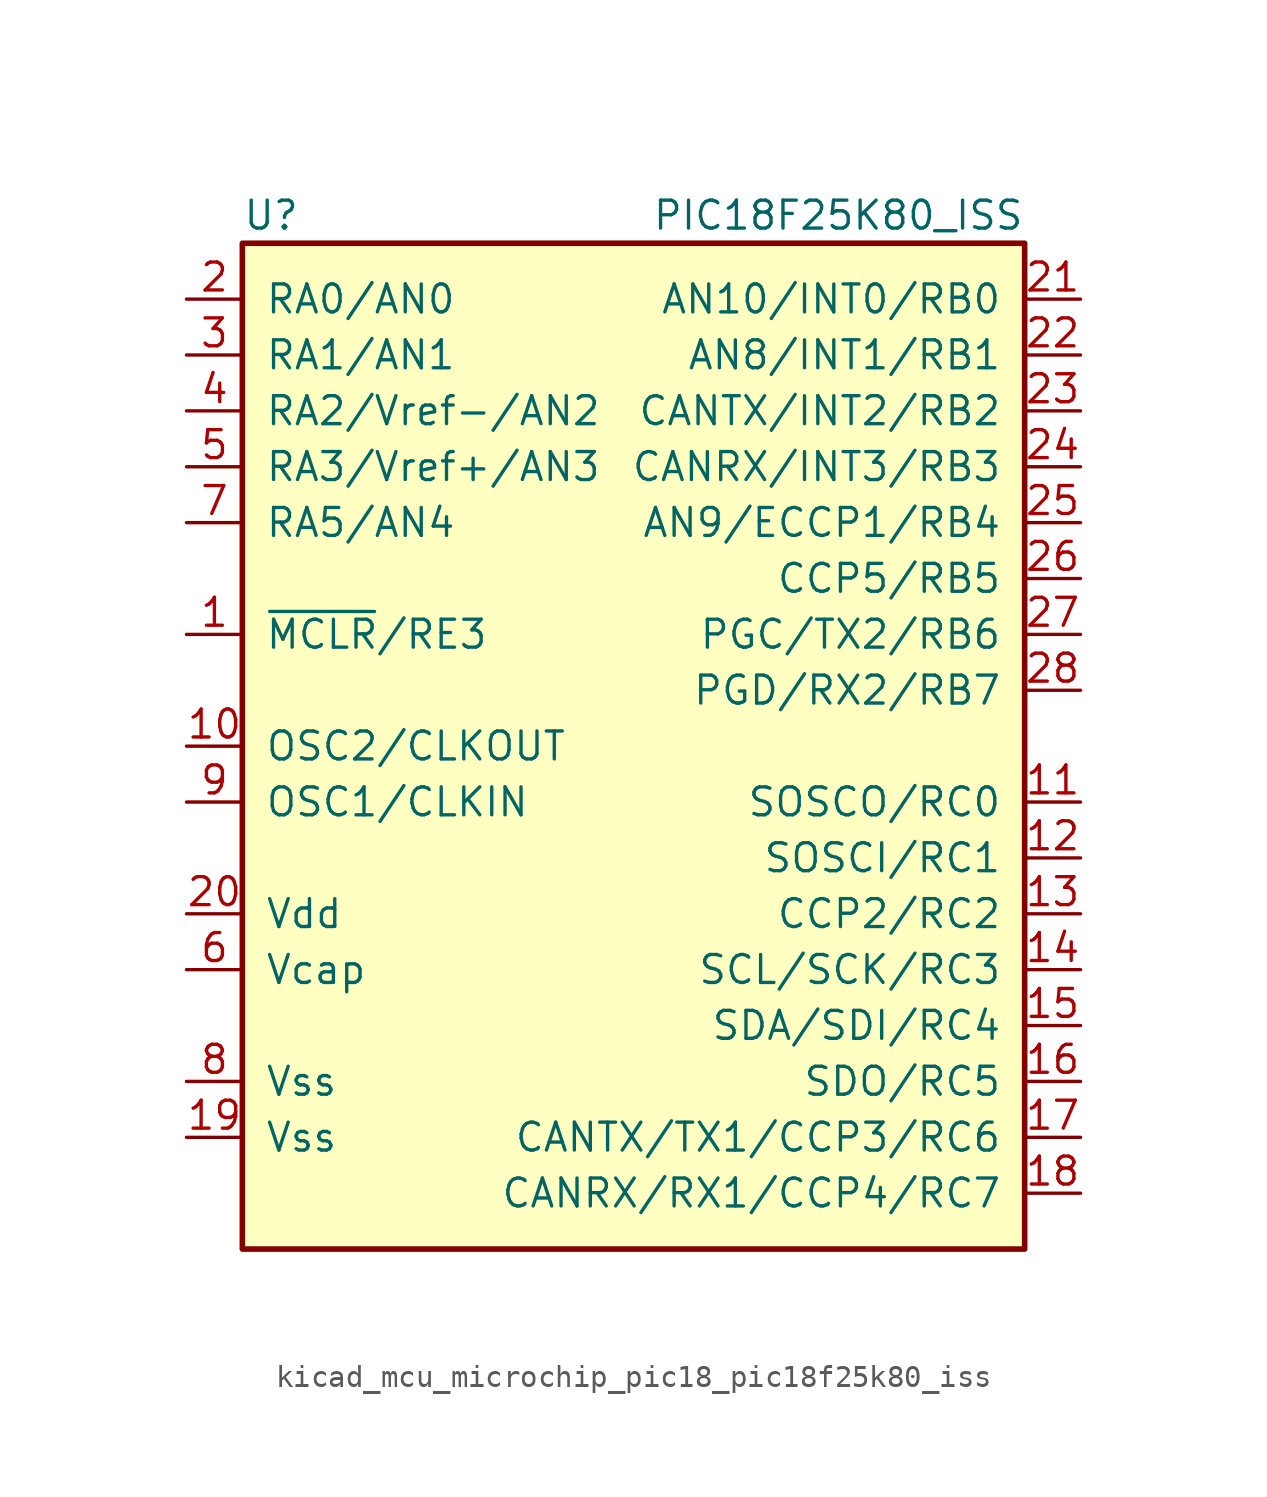
<source format=kicad_sym>
(kicad_symbol_lib
  (version 20220914)
  (generator kicad_symbol_editor)
  (symbol "kicad_mcu_microchip_pic18_pic18f25k80_iss"
    (pin_names
      (offset 1.016))
    (property "Reference" "U"
      (at -17.78 24.13 0)
      (effects (font (size 1.27 1.27)) (justify left)))
    (property "Value" "PIC18F25K80_ISS"
      (at 17.78 24.13 0)
      (effects (font (size 1.27 1.27)) (justify right)))
    (symbol "kicad_mcu_microchip_pic18_pic18f25k80_iss_0_1"
      (rectangle (start -17.78 22.86) (end 17.78 -22.86) (stroke (width 0.254) (type default)) (fill (type background))))
    (symbol "kicad_mcu_microchip_pic18_pic18f25k80_iss_1_1"
      (pin bidirectional line (at -20.32 5.08 0) (length 2.54) (name "~{MCLR}/RE3" (effects (font (size 1.27 1.27)))) (number "1" (effects (font (size 1.27 1.27)))))
      (pin input line (at -20.32 0 0) (length 2.54) (name "OSC2/CLKOUT" (effects (font (size 1.27 1.27)))) (number "10" (effects (font (size 1.27 1.27)))))
      (pin bidirectional line (at 20.32 -2.54 180) (length 2.54) (name "SOSCO/RC0" (effects (font (size 1.27 1.27)))) (number "11" (effects (font (size 1.27 1.27)))))
      (pin bidirectional line (at 20.32 -5.08 180) (length 2.54) (name "SOSCI/RC1" (effects (font (size 1.27 1.27)))) (number "12" (effects (font (size 1.27 1.27)))))
      (pin bidirectional line (at 20.32 -7.62 180) (length 2.54) (name "CCP2/RC2" (effects (font (size 1.27 1.27)))) (number "13" (effects (font (size 1.27 1.27)))))
      (pin bidirectional line (at 20.32 -10.16 180) (length 2.54) (name "SCL/SCK/RC3" (effects (font (size 1.27 1.27)))) (number "14" (effects (font (size 1.27 1.27)))))
      (pin bidirectional line (at 20.32 -12.7 180) (length 2.54) (name "SDA/SDI/RC4" (effects (font (size 1.27 1.27)))) (number "15" (effects (font (size 1.27 1.27)))))
      (pin bidirectional line (at 20.32 -15.24 180) (length 2.54) (name "SDO/RC5" (effects (font (size 1.27 1.27)))) (number "16" (effects (font (size 1.27 1.27)))))
      (pin bidirectional line (at 20.32 -17.78 180) (length 2.54) (name "CANTX/TX1/CCP3/RC6" (effects (font (size 1.27 1.27)))) (number "17" (effects (font (size 1.27 1.27)))))
      (pin bidirectional line (at 20.32 -20.32 180) (length 2.54) (name "CANRX/RX1/CCP4/RC7" (effects (font (size 1.27 1.27)))) (number "18" (effects (font (size 1.27 1.27)))))
      (pin power_in line (at -20.32 -17.78 0) (length 2.54) (name "Vss" (effects (font (size 1.27 1.27)))) (number "19" (effects (font (size 1.27 1.27)))))
      (pin bidirectional line (at -20.32 20.32 0) (length 2.54) (name "RA0/AN0" (effects (font (size 1.27 1.27)))) (number "2" (effects (font (size 1.27 1.27)))))
      (pin power_in line (at -20.32 -7.62 0) (length 2.54) (name "Vdd" (effects (font (size 1.27 1.27)))) (number "20" (effects (font (size 1.27 1.27)))))
      (pin bidirectional line (at 20.32 20.32 180) (length 2.54) (name "AN10/INT0/RB0" (effects (font (size 1.27 1.27)))) (number "21" (effects (font (size 1.27 1.27)))))
      (pin bidirectional line (at 20.32 17.78 180) (length 2.54) (name "AN8/INT1/RB1" (effects (font (size 1.27 1.27)))) (number "22" (effects (font (size 1.27 1.27)))))
      (pin bidirectional line (at 20.32 15.24 180) (length 2.54) (name "CANTX/INT2/RB2" (effects (font (size 1.27 1.27)))) (number "23" (effects (font (size 1.27 1.27)))))
      (pin bidirectional line (at 20.32 12.7 180) (length 2.54) (name "CANRX/INT3/RB3" (effects (font (size 1.27 1.27)))) (number "24" (effects (font (size 1.27 1.27)))))
      (pin bidirectional line (at 20.32 10.16 180) (length 2.54) (name "AN9/ECCP1/RB4" (effects (font (size 1.27 1.27)))) (number "25" (effects (font (size 1.27 1.27)))))
      (pin bidirectional line (at 20.32 7.62 180) (length 2.54) (name "CCP5/RB5" (effects (font (size 1.27 1.27)))) (number "26" (effects (font (size 1.27 1.27)))))
      (pin bidirectional line (at 20.32 5.08 180) (length 2.54) (name "PGC/TX2/RB6" (effects (font (size 1.27 1.27)))) (number "27" (effects (font (size 1.27 1.27)))))
      (pin bidirectional line (at 20.32 2.54 180) (length 2.54) (name "PGD/RX2/RB7" (effects (font (size 1.27 1.27)))) (number "28" (effects (font (size 1.27 1.27)))))
      (pin bidirectional line (at -20.32 17.78 0) (length 2.54) (name "RA1/AN1" (effects (font (size 1.27 1.27)))) (number "3" (effects (font (size 1.27 1.27)))))
      (pin bidirectional line (at -20.32 15.24 0) (length 2.54) (name "RA2/Vref-/AN2" (effects (font (size 1.27 1.27)))) (number "4" (effects (font (size 1.27 1.27)))))
      (pin bidirectional line (at -20.32 12.7 0) (length 2.54) (name "RA3/Vref+/AN3" (effects (font (size 1.27 1.27)))) (number "5" (effects (font (size 1.27 1.27)))))
      (pin power_in line (at -20.32 -10.16 0) (length 2.54) (name "Vcap" (effects (font (size 1.27 1.27)))) (number "6" (effects (font (size 1.27 1.27)))))
      (pin bidirectional line (at -20.32 10.16 0) (length 2.54) (name "RA5/AN4" (effects (font (size 1.27 1.27)))) (number "7" (effects (font (size 1.27 1.27)))))
      (pin power_in line (at -20.32 -15.24 0) (length 2.54) (name "Vss" (effects (font (size 1.27 1.27)))) (number "8" (effects (font (size 1.27 1.27)))))
      (pin input line (at -20.32 -2.54 0) (length 2.54) (name "OSC1/CLKIN" (effects (font (size 1.27 1.27)))) (number "9" (effects (font (size 1.27 1.27))))))))
</source>
